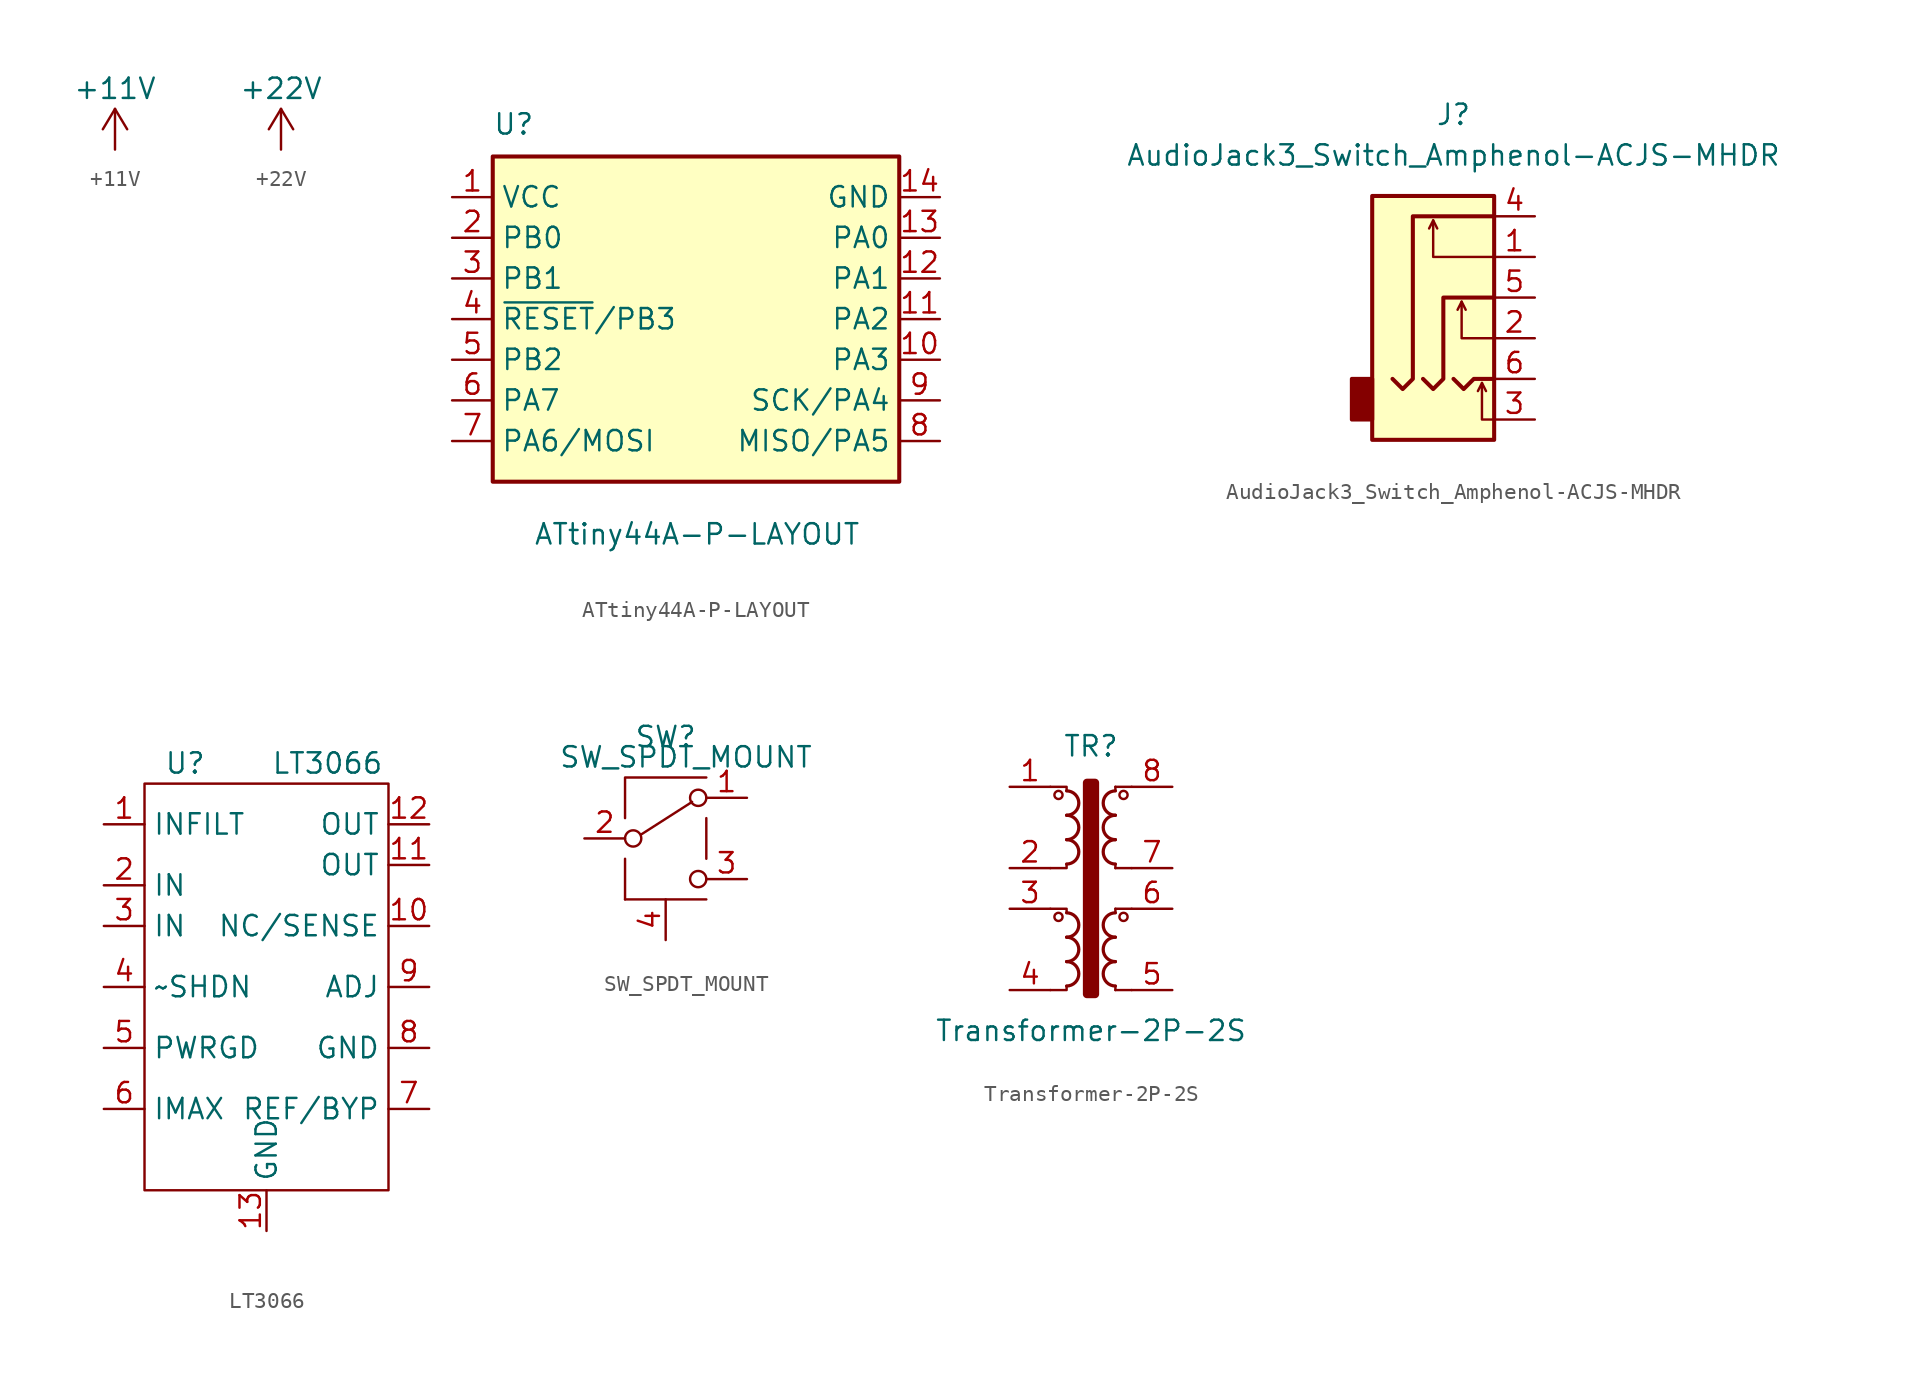
<source format=kicad_sym>
(kicad_symbol_lib
  (version 20211014)
  (generator kicad_symbol_editor)
  (symbol "+11V"
    (power)
    (pin_names
      (offset 0))
    (property "Reference" "#PWR"
      (at 0 -3.81 0)
      (effects (font (size 1.27 1.27)) hide))
    (property "Value" "+11V"
      (at 0 3.81 0)
      (effects (font (size 1.27 1.27))))
    (symbol "+11V_0_1"
      (polyline (pts (xy -0.762 1.27) (xy 0 2.54)) (stroke (width 0) (type default) (color 0 0 0 0)) (fill (type none)))
      (polyline (pts (xy 0 0) (xy 0 2.54)) (stroke (width 0) (type default) (color 0 0 0 0)) (fill (type none)))
      (polyline (pts (xy 0 2.54) (xy 0.762 1.27)) (stroke (width 0) (type default) (color 0 0 0 0)) (fill (type none))))
    (symbol "+11V_1_1"
      (pin power_in line (at 0 0 90) (length 0) hide (name "V11" (effects (font (size 1.27 1.27)))) (number "1" (effects (font (size 1.27 1.27)))))))
  (symbol "+22V"
    (power)
    (pin_names
      (offset 0))
    (property "Reference" "#PWR"
      (at 0 -3.81 0)
      (effects (font (size 1.27 1.27)) hide))
    (property "Value" "+22V"
      (at 0 3.81 0)
      (effects (font (size 1.27 1.27))))
    (symbol "+22V_0_1"
      (polyline (pts (xy -0.762 1.27) (xy 0 2.54)) (stroke (width 0) (type default) (color 0 0 0 0)) (fill (type none)))
      (polyline (pts (xy 0 0) (xy 0 2.54)) (stroke (width 0) (type default) (color 0 0 0 0)) (fill (type none)))
      (polyline (pts (xy 0 2.54) (xy 0.762 1.27)) (stroke (width 0) (type default) (color 0 0 0 0)) (fill (type none))))
    (symbol "+22V_1_1"
      (pin power_in line (at 0 0 90) (length 0) hide (name "V22" (effects (font (size 1.27 1.27)))) (number "1" (effects (font (size 1.27 1.27)))))))
  (symbol "ATtiny44A-P-LAYOUT"
    (property "Reference" "U"
      (at -12.7 11.43 0)
      (effects (font (size 1.27 1.27)) (justify left bottom)))
    (property "Value" "ATtiny44A-P-LAYOUT"
      (at -10.16 -12.7 0)
      (effects (font (size 1.27 1.27)) (justify left top)))
    (symbol "ATtiny44A-P-LAYOUT_0_1"
      (rectangle (start -12.7 10.16) (end 12.7 -10.16) (stroke (width 0.254) (type default) (color 0 0 0 0)) (fill (type background))))
    (symbol "ATtiny44A-P-LAYOUT_1_1"
      (pin power_in line (at -15.24 7.62 0) (length 2.54) (name "VCC" (effects (font (size 1.27 1.27)))) (number "1" (effects (font (size 1.27 1.27)))))
      (pin bidirectional line (at 15.24 -2.54 180) (length 2.54) (name "PA3" (effects (font (size 1.27 1.27)))) (number "10" (effects (font (size 1.27 1.27)))))
      (pin bidirectional line (at 15.24 0 180) (length 2.54) (name "PA2" (effects (font (size 1.27 1.27)))) (number "11" (effects (font (size 1.27 1.27)))))
      (pin bidirectional line (at 15.24 2.54 180) (length 2.54) (name "PA1" (effects (font (size 1.27 1.27)))) (number "12" (effects (font (size 1.27 1.27)))))
      (pin bidirectional line (at 15.24 5.08 180) (length 2.54) (name "PA0" (effects (font (size 1.27 1.27)))) (number "13" (effects (font (size 1.27 1.27)))))
      (pin power_in line (at 15.24 7.62 180) (length 2.54) (name "GND" (effects (font (size 1.27 1.27)))) (number "14" (effects (font (size 1.27 1.27)))))
      (pin bidirectional line (at -15.24 5.08 0) (length 2.54) (name "PB0" (effects (font (size 1.27 1.27)))) (number "2" (effects (font (size 1.27 1.27)))))
      (pin bidirectional line (at -15.24 2.54 0) (length 2.54) (name "PB1" (effects (font (size 1.27 1.27)))) (number "3" (effects (font (size 1.27 1.27)))))
      (pin bidirectional line (at -15.24 0 0) (length 2.54) (name "~{RESET}/PB3" (effects (font (size 1.27 1.27)))) (number "4" (effects (font (size 1.27 1.27)))))
      (pin bidirectional line (at -15.24 -2.54 0) (length 2.54) (name "PB2" (effects (font (size 1.27 1.27)))) (number "5" (effects (font (size 1.27 1.27)))))
      (pin bidirectional line (at -15.24 -5.08 0) (length 2.54) (name "PA7" (effects (font (size 1.27 1.27)))) (number "6" (effects (font (size 1.27 1.27)))))
      (pin bidirectional line (at -15.24 -7.62 0) (length 2.54) (name "PA6/MOSI" (effects (font (size 1.27 1.27)))) (number "7" (effects (font (size 1.27 1.27)))))
      (pin bidirectional line (at 15.24 -7.62 180) (length 2.54) (name "MISO/PA5" (effects (font (size 1.27 1.27)))) (number "8" (effects (font (size 1.27 1.27)))))
      (pin bidirectional line (at 15.24 -5.08 180) (length 2.54) (name "SCK/PA4" (effects (font (size 1.27 1.27)))) (number "9" (effects (font (size 1.27 1.27)))))))
  (symbol "AudioJack3_Switch_Amphenol-ACJS-MHDR"
    (property "Reference" "J"
      (at 0 11.43 0)
      (effects (font (size 1.27 1.27))))
    (property "Value" "AudioJack3_Switch_Amphenol-ACJS-MHDR"
      (at 0 8.89 0)
      (effects (font (size 1.27 1.27))))
    (symbol "AudioJack3_Switch_Amphenol-ACJS-MHDR_0_1"
      (rectangle (start -5.08 -5.08) (end -6.35 -7.62) (stroke (width 0.254) (type default) (color 0 0 0 0)) (fill (type outline)))
      (polyline (pts (xy -1.27 4.826) (xy -1.016 4.318)) (stroke (width 0) (type default) (color 0 0 0 0)) (fill (type none)))
      (polyline (pts (xy 0.508 -0.254) (xy 0.762 -0.762)) (stroke (width 0) (type default) (color 0 0 0 0)) (fill (type none)))
      (polyline (pts (xy 1.778 -5.334) (xy 2.032 -5.842)) (stroke (width 0) (type default) (color 0 0 0 0)) (fill (type none)))
      (polyline (pts (xy 0 -5.08) (xy 0.635 -5.715) (xy 1.27 -5.08) (xy 2.54 -5.08)) (stroke (width 0.254) (type default) (color 0 0 0 0)) (fill (type none)))
      (polyline (pts (xy 2.54 -7.62) (xy 1.778 -7.62) (xy 1.778 -5.334) (xy 1.524 -5.842)) (stroke (width 0) (type default) (color 0 0 0 0)) (fill (type none)))
      (polyline (pts (xy 2.54 -2.54) (xy 0.508 -2.54) (xy 0.508 -0.254) (xy 0.254 -0.762)) (stroke (width 0) (type default) (color 0 0 0 0)) (fill (type none)))
      (polyline (pts (xy 2.54 2.54) (xy -1.27 2.54) (xy -1.27 4.826) (xy -1.524 4.318)) (stroke (width 0) (type default) (color 0 0 0 0)) (fill (type none)))
      (polyline (pts (xy -1.905 -5.08) (xy -1.27 -5.715) (xy -0.635 -5.08) (xy -0.635 0) (xy 2.54 0)) (stroke (width 0.254) (type default) (color 0 0 0 0)) (fill (type none)))
      (polyline (pts (xy 2.54 5.08) (xy -2.54 5.08) (xy -2.54 -5.08) (xy -3.175 -5.715) (xy -3.81 -5.08)) (stroke (width 0.254) (type default) (color 0 0 0 0)) (fill (type none)))
      (rectangle (start 2.54 6.35) (end -5.08 -8.89) (stroke (width 0.254) (type default) (color 0 0 0 0)) (fill (type background))))
    (symbol "AudioJack3_Switch_Amphenol-ACJS-MHDR_1_1"
      (pin passive line (at 5.08 2.54 180) (length 2.54) (name "~" (effects (font (size 1.27 1.27)))) (number "1" (effects (font (size 1.27 1.27)))))
      (pin passive line (at 5.08 -2.54 180) (length 2.54) (name "~" (effects (font (size 1.27 1.27)))) (number "2" (effects (font (size 1.27 1.27)))))
      (pin passive line (at 5.08 -7.62 180) (length 2.54) (name "~" (effects (font (size 1.27 1.27)))) (number "3" (effects (font (size 1.27 1.27)))))
      (pin passive line (at 5.08 5.08 180) (length 2.54) (name "~" (effects (font (size 1.27 1.27)))) (number "4" (effects (font (size 1.27 1.27)))))
      (pin passive line (at 5.08 0 180) (length 2.54) (name "~" (effects (font (size 1.27 1.27)))) (number "5" (effects (font (size 1.27 1.27)))))
      (pin passive line (at 5.08 -5.08 180) (length 2.54) (name "~" (effects (font (size 1.27 1.27)))) (number "6" (effects (font (size 1.27 1.27)))))))
  (symbol "LT3066"
    (property "Reference" "U"
      (at -5.08 13.97 0)
      (effects (font (size 1.27 1.27))))
    (property "Value" "LT3066"
      (at 3.81 13.97 0)
      (effects (font (size 1.27 1.27))))
    (symbol "LT3066_0_1"
      (rectangle (start -7.62 12.7) (end 7.62 -12.7) (stroke (width 0) (type default) (color 0 0 0 0)) (fill (type none))))
    (symbol "LT3066_1_1"
      (pin passive line (at -10.16 10.16 0) (length 2.54) (name "INFILT" (effects (font (size 1.27 1.27)))) (number "1" (effects (font (size 1.27 1.27)))))
      (pin passive line (at 10.16 3.81 180) (length 2.54) (name "NC/SENSE" (effects (font (size 1.27 1.27)))) (number "10" (effects (font (size 1.27 1.27)))))
      (pin passive line (at 10.16 7.62 180) (length 2.54) (name "OUT" (effects (font (size 1.27 1.27)))) (number "11" (effects (font (size 1.27 1.27)))))
      (pin power_out line (at 10.16 10.16 180) (length 2.54) (name "OUT" (effects (font (size 1.27 1.27)))) (number "12" (effects (font (size 1.27 1.27)))))
      (pin power_in line (at 0 -15.24 90) (length 2.54) (name "GND" (effects (font (size 1.27 1.27)))) (number "13" (effects (font (size 1.27 1.27)))))
      (pin power_in line (at -10.16 6.35 0) (length 2.54) (name "IN" (effects (font (size 1.27 1.27)))) (number "2" (effects (font (size 1.27 1.27)))))
      (pin power_in line (at -10.16 3.81 0) (length 2.54) (name "IN" (effects (font (size 1.27 1.27)))) (number "3" (effects (font (size 1.27 1.27)))))
      (pin input line (at -10.16 0 0) (length 2.54) (name "~SHDN" (effects (font (size 1.27 1.27)))) (number "4" (effects (font (size 1.27 1.27)))))
      (pin open_collector line (at -10.16 -3.81 0) (length 2.54) (name "PWRGD" (effects (font (size 1.27 1.27)))) (number "5" (effects (font (size 1.27 1.27)))))
      (pin passive line (at -10.16 -7.62 0) (length 2.54) (name "IMAX" (effects (font (size 1.27 1.27)))) (number "6" (effects (font (size 1.27 1.27)))))
      (pin passive line (at 10.16 -7.62 180) (length 2.54) (name "REF/BYP" (effects (font (size 1.27 1.27)))) (number "7" (effects (font (size 1.27 1.27)))))
      (pin power_in line (at 10.16 -3.81 180) (length 2.54) (name "GND" (effects (font (size 1.27 1.27)))) (number "8" (effects (font (size 1.27 1.27)))))
      (pin passive line (at 10.16 0 180) (length 2.54) (name "ADJ" (effects (font (size 1.27 1.27)))) (number "9" (effects (font (size 1.27 1.27)))))))
  (symbol "SW_SPDT_MOUNT"
    (pin_names
      (offset 0) hide)
    (property "Reference" "SW"
      (at 0 6.35 0)
      (effects (font (size 1.27 1.27))))
    (property "Value" "SW_SPDT_MOUNT"
      (at 1.27 5.08 0)
      (effects (font (size 1.27 1.27))))
    (symbol "SW_SPDT_MOUNT_0_0"
      (circle (center -2.032 0) (radius 0.508) (stroke (width 0) (type default) (color 0 0 0 0)) (fill (type none)))
      (circle (center 2.032 -2.54) (radius 0.508) (stroke (width 0) (type default) (color 0 0 0 0)) (fill (type none))))
    (symbol "SW_SPDT_MOUNT_0_1"
      (polyline (pts (xy -2.54 -3.81) (xy -2.54 -1.27)) (stroke (width 0) (type default) (color 0 0 0 0)) (fill (type none)))
      (polyline (pts (xy -2.54 -3.81) (xy 2.54 -3.81)) (stroke (width 0) (type default) (color 0 0 0 0)) (fill (type none)))
      (polyline (pts (xy -1.524 0.254) (xy 1.651 2.286)) (stroke (width 0) (type default) (color 0 0 0 0)) (fill (type none)))
      (polyline (pts (xy 2.54 -1.27) (xy 2.54 1.27)) (stroke (width 0) (type default) (color 0 0 0 0)) (fill (type none)))
      (polyline (pts (xy 2.54 3.81) (xy -2.54 3.81) (xy -2.54 1.27)) (stroke (width 0) (type default) (color 0 0 0 0)) (fill (type none)))
      (circle (center 2.032 2.54) (radius 0.508) (stroke (width 0) (type default) (color 0 0 0 0)) (fill (type none))))
    (symbol "SW_SPDT_MOUNT_1_1"
      (pin passive line (at 5.08 2.54 180) (length 2.54) (name "A" (effects (font (size 1.27 1.27)))) (number "1" (effects (font (size 1.27 1.27)))))
      (pin passive line (at -5.08 0 0) (length 2.54) (name "B" (effects (font (size 1.27 1.27)))) (number "2" (effects (font (size 1.27 1.27)))))
      (pin passive line (at 5.08 -2.54 180) (length 2.54) (name "C" (effects (font (size 1.27 1.27)))) (number "3" (effects (font (size 1.27 1.27)))))
      (pin passive line (at 0 -6.35 90) (length 2.54) (name "" (effects (font (size 1.27 1.27)))) (number "4" (effects (font (size 1.27 1.27)))))))
  (symbol "Transformer-2P-2S"
    (pin_names
      (offset 0))
    (property "Reference" "TR"
      (at 0 10.16 0)
      (effects (font (size 1.27 1.27))))
    (property "Value" "Transformer-2P-2S"
      (at 0 -7.62 0)
      (effects (font (size 1.27 1.27))))
    (symbol "Transformer-2P-2S_0_1"
      (circle (center -2.032 -0.508) (radius 0.254) (stroke (width 0) (type default) (color 0 0 0 0)) (fill (type none)))
      (circle (center -2.032 7.112) (radius 0.254) (stroke (width 0) (type default) (color 0 0 0 0)) (fill (type none)))
      (arc (start -1.524 -4.826) (mid -0.762 -4.064) (end -1.524 -3.302) (stroke (width 0.2032) (type default) (color 0 0 0 0)) (fill (type none)))
      (arc (start -1.524 -3.302) (mid -0.762 -2.54) (end -1.524 -1.778) (stroke (width 0.2032) (type default) (color 0 0 0 0)) (fill (type none)))
      (arc (start -1.524 -1.778) (mid -0.762 -1.016) (end -1.524 -0.254) (stroke (width 0.2032) (type default) (color 0 0 0 0)) (fill (type none)))
      (arc (start -1.524 2.794) (mid -0.762 3.556) (end -1.524 4.318) (stroke (width 0.2032) (type default) (color 0 0 0 0)) (fill (type none)))
      (arc (start -1.524 4.318) (mid -0.762 5.08) (end -1.524 5.842) (stroke (width 0.2032) (type default) (color 0 0 0 0)) (fill (type none)))
      (arc (start -1.524 5.842) (mid -0.762 6.604) (end -1.524 7.366) (stroke (width 0.2032) (type default) (color 0 0 0 0)) (fill (type none)))
      (rectangle (start -0.254 7.874) (end 0.254 -5.334) (stroke (width 0.508) (type default) (color 0 0 0 0)) (fill (type outline)))
      (polyline (pts (xy 1.524 -4.826) (xy 1.524 -5.08) (xy 1.524 -5.08)) (stroke (width 0) (type default) (color 0 0 0 0)) (fill (type outline)))
      (polyline (pts (xy 1.524 0) (xy 1.524 -0.254) (xy 1.524 -0.254)) (stroke (width 0) (type default) (color 0 0 0 0)) (fill (type outline)))
      (polyline (pts (xy 1.524 0) (xy 2.54 0) (xy 2.54 0)) (stroke (width 0) (type default) (color 0 0 0 0)) (fill (type none)))
      (polyline (pts (xy 1.524 2.54) (xy 1.524 2.794) (xy 1.524 2.794)) (stroke (width 0) (type default) (color 0 0 0 0)) (fill (type outline)))
      (polyline (pts (xy 1.524 2.54) (xy 2.54 2.54) (xy 2.54 2.54)) (stroke (width 0) (type default) (color 0 0 0 0)) (fill (type none)))
      (polyline (pts (xy 1.524 7.62) (xy 1.524 7.366) (xy 1.524 7.366)) (stroke (width 0) (type default) (color 0 0 0 0)) (fill (type outline)))
      (polyline (pts (xy 1.524 7.62) (xy 2.54 7.62) (xy 2.54 7.62)) (stroke (width 0) (type default) (color 0 0 0 0)) (fill (type none)))
      (polyline (pts (xy 2.54 -5.08) (xy 1.524 -5.08) (xy 1.524 -5.08)) (stroke (width 0) (type default) (color 0 0 0 0)) (fill (type none)))
      (polyline (pts (xy -1.524 -4.826) (xy -1.524 -5.08) (xy -2.54 -5.08) (xy -2.54 -5.08)) (stroke (width 0) (type default) (color 0 0 0 0)) (fill (type none)))
      (polyline (pts (xy -1.524 -0.254) (xy -1.524 0) (xy -2.54 0) (xy -2.54 0)) (stroke (width 0) (type default) (color 0 0 0 0)) (fill (type none)))
      (polyline (pts (xy -1.524 2.794) (xy -1.524 2.54) (xy -2.54 2.54) (xy -2.54 2.54)) (stroke (width 0) (type default) (color 0 0 0 0)) (fill (type none)))
      (polyline (pts (xy -1.524 7.366) (xy -1.524 7.62) (xy -2.54 7.62) (xy -2.54 7.62)) (stroke (width 0) (type default) (color 0 0 0 0)) (fill (type none)))
      (arc (start 1.524 -3.302) (mid 0.762 -4.064) (end 1.524 -4.826) (stroke (width 0.2032) (type default) (color 0 0 0 0)) (fill (type none)))
      (arc (start 1.524 -1.778) (mid 0.762 -2.54) (end 1.524 -3.302) (stroke (width 0.2032) (type default) (color 0 0 0 0)) (fill (type none)))
      (arc (start 1.524 -0.254) (mid 0.762 -1.016) (end 1.524 -1.778) (stroke (width 0.2032) (type default) (color 0 0 0 0)) (fill (type none)))
      (arc (start 1.524 4.318) (mid 0.762 3.556) (end 1.524 2.794) (stroke (width 0.2032) (type default) (color 0 0 0 0)) (fill (type none)))
      (arc (start 1.524 5.842) (mid 0.762 5.08) (end 1.524 4.318) (stroke (width 0.2032) (type default) (color 0 0 0 0)) (fill (type none)))
      (arc (start 1.524 7.366) (mid 0.762 6.604) (end 1.524 5.842) (stroke (width 0.2032) (type default) (color 0 0 0 0)) (fill (type none)))
      (circle (center 2.032 -0.508) (radius 0.254) (stroke (width 0) (type default) (color 0 0 0 0)) (fill (type none)))
      (circle (center 2.032 7.112) (radius 0.254) (stroke (width 0) (type default) (color 0 0 0 0)) (fill (type none))))
    (symbol "Transformer-2P-2S_1_1"
      (pin passive line (at -5.08 7.62 0) (length 2.54) (name "~" (effects (font (size 1.27 1.27)))) (number "1" (effects (font (size 1.27 1.27)))))
      (pin passive line (at -5.08 2.54 0) (length 2.54) (name "~" (effects (font (size 1.27 1.27)))) (number "2" (effects (font (size 1.27 1.27)))))
      (pin passive line (at -5.08 0 0) (length 2.54) (name "~" (effects (font (size 1.27 1.27)))) (number "3" (effects (font (size 1.27 1.27)))))
      (pin passive line (at -5.08 -5.08 0) (length 2.54) (name "~" (effects (font (size 1.27 1.27)))) (number "4" (effects (font (size 1.27 1.27)))))
      (pin passive line (at 5.08 -5.08 180) (length 2.54) (name "~" (effects (font (size 1.27 1.27)))) (number "5" (effects (font (size 1.27 1.27)))))
      (pin passive line (at 5.08 0 180) (length 2.54) (name "~" (effects (font (size 1.27 1.27)))) (number "6" (effects (font (size 1.27 1.27)))))
      (pin passive line (at 5.08 2.54 180) (length 2.54) (name "~" (effects (font (size 1.27 1.27)))) (number "7" (effects (font (size 1.27 1.27)))))
      (pin passive line (at 5.08 7.62 180) (length 2.54) (name "~" (effects (font (size 1.27 1.27)))) (number "8" (effects (font (size 1.27 1.27))))))))
</source>
